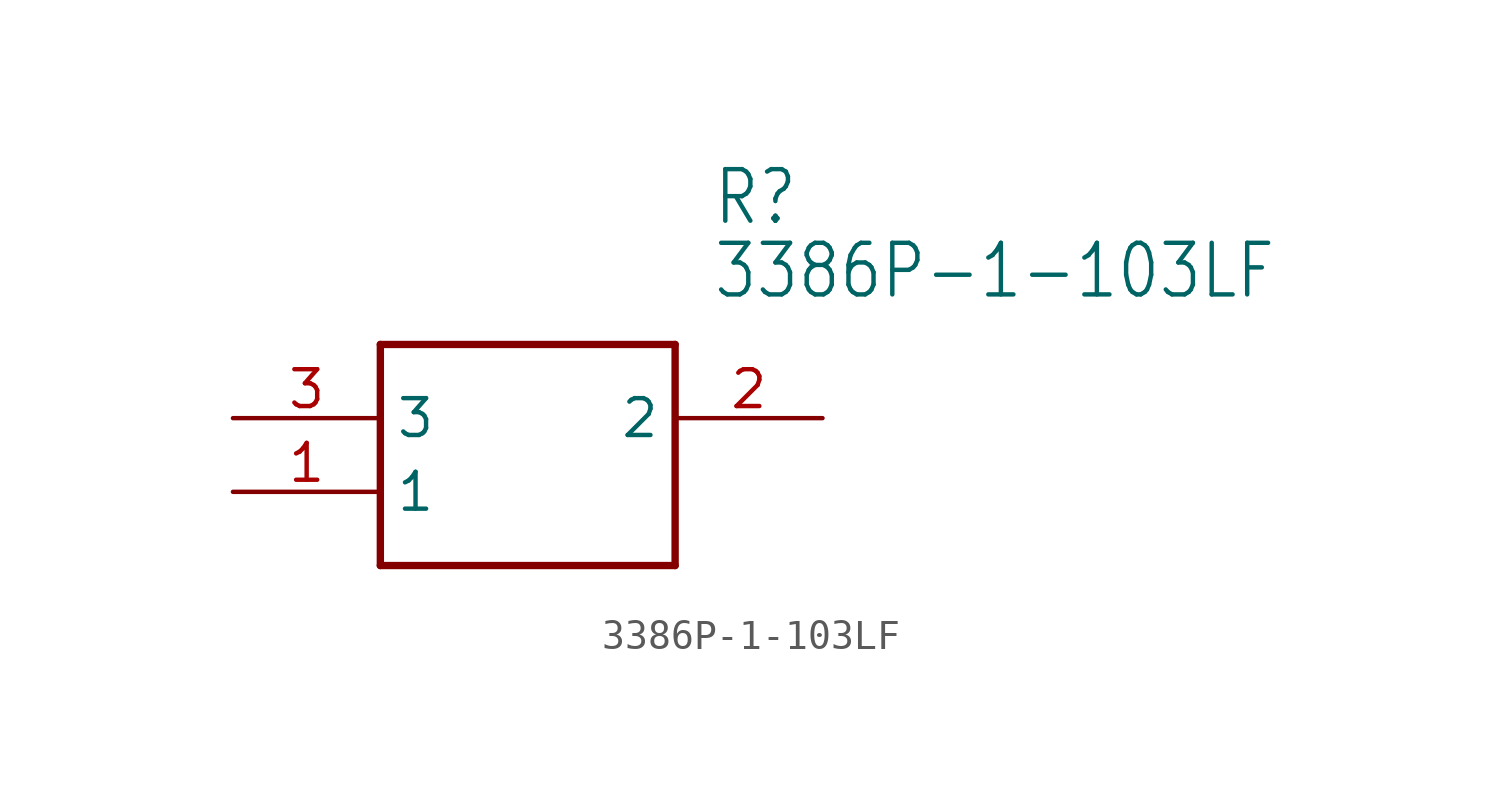
<source format=kicad_sym>
(kicad_symbol_lib
  (version 20211014)
  (generator kicad_symbol_editor)
  (symbol "3386P-1-103LF"
    (property "Reference" "R"
      (at 16.51 7.62 0)
      (effects (font (size 1.778 1.511)) (justify left)))
    (property "Value" "3386P-1-103LF"
      (at 16.51 5.08 0)
      (effects (font (size 1.778 1.511)) (justify left)))
    (property "ki_locked" ""
      (at 0 0 0)
      (effects (font (size 1.27 1.27))))
    (symbol "3386P-1-103LF_1_0"
      (polyline (pts (xy 5.08 2.54) (xy 5.08 -5.08)) (stroke (width 0.254) (type default) (color 0 0 0 0)) (fill (type none)))
      (polyline (pts (xy 5.08 2.54) (xy 15.24 2.54)) (stroke (width 0.254) (type default) (color 0 0 0 0)) (fill (type none)))
      (polyline (pts (xy 15.24 -5.08) (xy 5.08 -5.08)) (stroke (width 0.254) (type default) (color 0 0 0 0)) (fill (type none)))
      (polyline (pts (xy 15.24 -5.08) (xy 15.24 2.54)) (stroke (width 0.254) (type default) (color 0 0 0 0)) (fill (type none)))
      (pin bidirectional line (at 0 -2.54 0) (length 5.08) (name "1" (effects (font (size 1.27 1.27)))) (number "1" (effects (font (size 1.27 1.27)))))
      (pin bidirectional line (at 20.32 0 180) (length 5.08) (name "2" (effects (font (size 1.27 1.27)))) (number "2" (effects (font (size 1.27 1.27)))))
      (pin bidirectional line (at 0 0 0) (length 5.08) (name "3" (effects (font (size 1.27 1.27)))) (number "3" (effects (font (size 1.27 1.27))))))))
</source>
